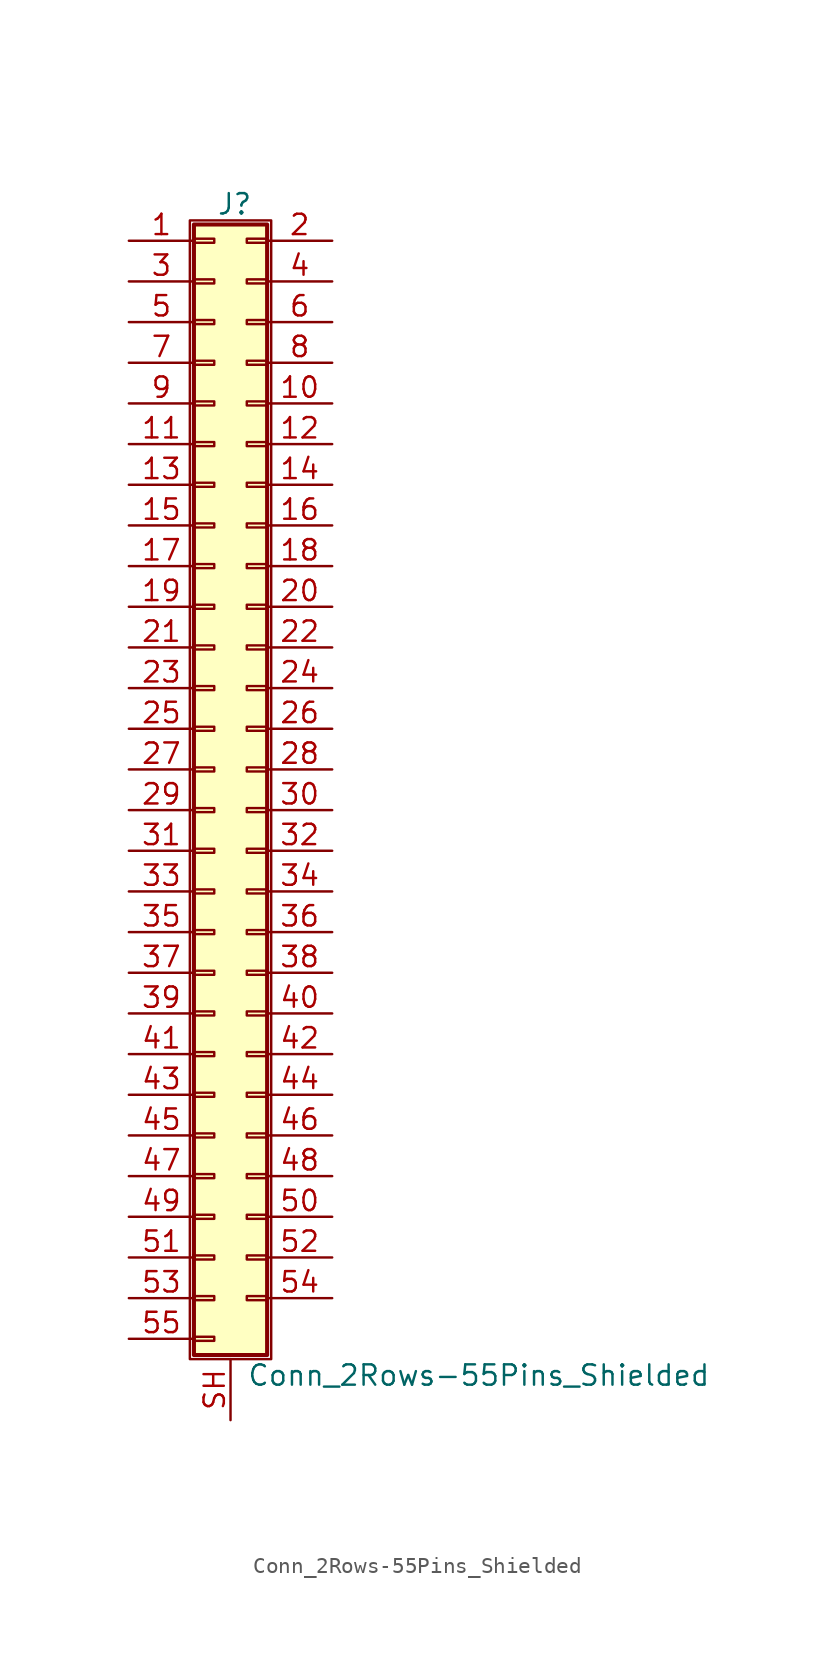
<source format=kicad_sym>
(kicad_symbol_lib
  (version 20200908)
  (generator kicad_symbol_editor)
  (symbol "Connector_Generic_Shielded:Conn_2Rows-55Pins_Shielded"
    (pin_names
      (offset 1.016) hide)
    (property "Reference" "J"
      (at 1.524 35.306 0)
      (effects (font (size 1.27 1.27))))
    (property "Value" "Conn_2Rows-55Pins_Shielded"
      (at 2.286 -37.846 0)
      (effects (font (size 1.27 1.27)) (justify left)))
    (symbol "Conn_2Rows-55Pins_Shielded_1_1"
      (rectangle (start -1.016 -27.813) (end 0.254 -28.067) (stroke (width 0.152)) (fill (type none)))
      (rectangle (start -1.016 -30.353) (end 0.254 -30.607) (stroke (width 0.152)) (fill (type none)))
      (rectangle (start -1.016 -32.893) (end 0.254 -33.147) (stroke (width 0.152)) (fill (type none)))
      (rectangle (start -1.016 -35.433) (end 0.254 -35.687) (stroke (width 0.152)) (fill (type none)))
      (rectangle (start -1.016 -4.953) (end 0.254 -5.207) (stroke (width 0.152)) (fill (type none)))
      (rectangle (start -1.016 -7.493) (end 0.254 -7.747) (stroke (width 0.152)) (fill (type none)))
      (rectangle (start -1.016 -10.033) (end 0.254 -10.287) (stroke (width 0.152)) (fill (type none)))
      (rectangle (start -1.016 -12.573) (end 0.254 -12.827) (stroke (width 0.152)) (fill (type none)))
      (rectangle (start -1.016 -15.113) (end 0.254 -15.367) (stroke (width 0.152)) (fill (type none)))
      (rectangle (start -1.016 -17.653) (end 0.254 -17.907) (stroke (width 0.152)) (fill (type none)))
      (rectangle (start -1.016 -20.193) (end 0.254 -20.447) (stroke (width 0.152)) (fill (type none)))
      (rectangle (start -1.016 -22.733) (end 0.254 -22.987) (stroke (width 0.152)) (fill (type none)))
      (rectangle (start -1.016 -2.413) (end 0.254 -2.667) (stroke (width 0.152)) (fill (type none)))
      (rectangle (start -1.016 -25.273) (end 0.254 -25.527) (stroke (width 0.152)) (fill (type none)))
      (rectangle (start -1.016 25.527) (end 0.254 25.273) (stroke (width 0.152)) (fill (type none)))
      (rectangle (start -1.016 2.667) (end 0.254 2.413) (stroke (width 0.152)) (fill (type none)))
      (rectangle (start -1.016 28.067) (end 0.254 27.813) (stroke (width 0.152)) (fill (type none)))
      (rectangle (start -1.016 30.607) (end 0.254 30.353) (stroke (width 0.152)) (fill (type none)))
      (rectangle (start -1.016 33.147) (end 0.254 32.893) (stroke (width 0.152)) (fill (type none)))
      (rectangle (start -1.016 34.036) (end 3.556 -36.576) (stroke (width 0.254)) (fill (type background)))
      (rectangle (start -1.016 5.207) (end 0.254 4.953) (stroke (width 0.152)) (fill (type none)))
      (rectangle (start -1.016 7.747) (end 0.254 7.493) (stroke (width 0.152)) (fill (type none)))
      (rectangle (start -1.016 10.287) (end 0.254 10.033) (stroke (width 0.152)) (fill (type none)))
      (rectangle (start -1.016 0.127) (end 0.254 -0.127) (stroke (width 0.152)) (fill (type none)))
      (rectangle (start -1.016 12.827) (end 0.254 12.573) (stroke (width 0.152)) (fill (type none)))
      (rectangle (start -1.016 15.367) (end 0.254 15.113) (stroke (width 0.152)) (fill (type none)))
      (rectangle (start -1.016 17.907) (end 0.254 17.653) (stroke (width 0.152)) (fill (type none)))
      (rectangle (start -1.016 20.447) (end 0.254 20.193) (stroke (width 0.152)) (fill (type none)))
      (rectangle (start -1.016 22.987) (end 0.254 22.733) (stroke (width 0.152)) (fill (type none)))
      (rectangle (start -1.27 34.29) (end 3.81 -36.83) (stroke (width 0.152)) (fill (type none)))
      (rectangle (start 3.556 -27.813) (end 2.286 -28.067) (stroke (width 0.152)) (fill (type none)))
      (rectangle (start 3.556 -30.353) (end 2.286 -30.607) (stroke (width 0.152)) (fill (type none)))
      (rectangle (start 3.556 -32.893) (end 2.286 -33.147) (stroke (width 0.152)) (fill (type none)))
      (rectangle (start 3.556 -4.953) (end 2.286 -5.207) (stroke (width 0.152)) (fill (type none)))
      (rectangle (start 3.556 -7.493) (end 2.286 -7.747) (stroke (width 0.152)) (fill (type none)))
      (rectangle (start 3.556 -10.033) (end 2.286 -10.287) (stroke (width 0.152)) (fill (type none)))
      (rectangle (start 3.556 -12.573) (end 2.286 -12.827) (stroke (width 0.152)) (fill (type none)))
      (rectangle (start 3.556 -15.113) (end 2.286 -15.367) (stroke (width 0.152)) (fill (type none)))
      (rectangle (start 3.556 -17.653) (end 2.286 -17.907) (stroke (width 0.152)) (fill (type none)))
      (rectangle (start 3.556 -20.193) (end 2.286 -20.447) (stroke (width 0.152)) (fill (type none)))
      (rectangle (start 3.556 -22.733) (end 2.286 -22.987) (stroke (width 0.152)) (fill (type none)))
      (rectangle (start 3.556 -2.413) (end 2.286 -2.667) (stroke (width 0.152)) (fill (type none)))
      (rectangle (start 3.556 -25.273) (end 2.286 -25.527) (stroke (width 0.152)) (fill (type none)))
      (rectangle (start 3.556 25.527) (end 2.286 25.273) (stroke (width 0.152)) (fill (type none)))
      (rectangle (start 3.556 2.667) (end 2.286 2.413) (stroke (width 0.152)) (fill (type none)))
      (rectangle (start 3.556 28.067) (end 2.286 27.813) (stroke (width 0.152)) (fill (type none)))
      (rectangle (start 3.556 30.607) (end 2.286 30.353) (stroke (width 0.152)) (fill (type none)))
      (rectangle (start 3.556 33.147) (end 2.286 32.893) (stroke (width 0.152)) (fill (type none)))
      (rectangle (start 3.556 5.207) (end 2.286 4.953) (stroke (width 0.152)) (fill (type none)))
      (rectangle (start 3.556 7.747) (end 2.286 7.493) (stroke (width 0.152)) (fill (type none)))
      (rectangle (start 3.556 10.287) (end 2.286 10.033) (stroke (width 0.152)) (fill (type none)))
      (rectangle (start 3.556 0.127) (end 2.286 -0.127) (stroke (width 0.152)) (fill (type none)))
      (rectangle (start 3.556 12.827) (end 2.286 12.573) (stroke (width 0.152)) (fill (type none)))
      (rectangle (start 3.556 15.367) (end 2.286 15.113) (stroke (width 0.152)) (fill (type none)))
      (rectangle (start 3.556 17.907) (end 2.286 17.653) (stroke (width 0.152)) (fill (type none)))
      (rectangle (start 3.556 20.447) (end 2.286 20.193) (stroke (width 0.152)) (fill (type none)))
      (rectangle (start 3.556 22.987) (end 2.286 22.733) (stroke (width 0.152)) (fill (type none)))
      (pin passive line (at -5.08 33.02 0) (length 4.064) (name "Pin_1" (effects (font (size 1.27 1.27)))) (number "1" (effects (font (size 1.27 1.27)))))
      (pin passive line (at 7.62 22.86 180) (length 4.064) (name "Pin_10" (effects (font (size 1.27 1.27)))) (number "10" (effects (font (size 1.27 1.27)))))
      (pin passive line (at -5.08 20.32 0) (length 4.064) (name "Pin_11" (effects (font (size 1.27 1.27)))) (number "11" (effects (font (size 1.27 1.27)))))
      (pin passive line (at 7.62 20.32 180) (length 4.064) (name "Pin_12" (effects (font (size 1.27 1.27)))) (number "12" (effects (font (size 1.27 1.27)))))
      (pin passive line (at -5.08 17.78 0) (length 4.064) (name "Pin_13" (effects (font (size 1.27 1.27)))) (number "13" (effects (font (size 1.27 1.27)))))
      (pin passive line (at 7.62 17.78 180) (length 4.064) (name "Pin_14" (effects (font (size 1.27 1.27)))) (number "14" (effects (font (size 1.27 1.27)))))
      (pin passive line (at -5.08 15.24 0) (length 4.064) (name "Pin_15" (effects (font (size 1.27 1.27)))) (number "15" (effects (font (size 1.27 1.27)))))
      (pin passive line (at 7.62 15.24 180) (length 4.064) (name "Pin_16" (effects (font (size 1.27 1.27)))) (number "16" (effects (font (size 1.27 1.27)))))
      (pin passive line (at -5.08 12.7 0) (length 4.064) (name "Pin_17" (effects (font (size 1.27 1.27)))) (number "17" (effects (font (size 1.27 1.27)))))
      (pin passive line (at 7.62 12.7 180) (length 4.064) (name "Pin_18" (effects (font (size 1.27 1.27)))) (number "18" (effects (font (size 1.27 1.27)))))
      (pin passive line (at -5.08 10.16 0) (length 4.064) (name "Pin_19" (effects (font (size 1.27 1.27)))) (number "19" (effects (font (size 1.27 1.27)))))
      (pin passive line (at 7.62 33.02 180) (length 4.064) (name "Pin_2" (effects (font (size 1.27 1.27)))) (number "2" (effects (font (size 1.27 1.27)))))
      (pin passive line (at 7.62 10.16 180) (length 4.064) (name "Pin_20" (effects (font (size 1.27 1.27)))) (number "20" (effects (font (size 1.27 1.27)))))
      (pin passive line (at -5.08 7.62 0) (length 4.064) (name "Pin_21" (effects (font (size 1.27 1.27)))) (number "21" (effects (font (size 1.27 1.27)))))
      (pin passive line (at 7.62 7.62 180) (length 4.064) (name "Pin_22" (effects (font (size 1.27 1.27)))) (number "22" (effects (font (size 1.27 1.27)))))
      (pin passive line (at -5.08 5.08 0) (length 4.064) (name "Pin_23" (effects (font (size 1.27 1.27)))) (number "23" (effects (font (size 1.27 1.27)))))
      (pin passive line (at 7.62 5.08 180) (length 4.064) (name "Pin_24" (effects (font (size 1.27 1.27)))) (number "24" (effects (font (size 1.27 1.27)))))
      (pin passive line (at -5.08 2.54 0) (length 4.064) (name "Pin_25" (effects (font (size 1.27 1.27)))) (number "25" (effects (font (size 1.27 1.27)))))
      (pin passive line (at 7.62 2.54 180) (length 4.064) (name "Pin_26" (effects (font (size 1.27 1.27)))) (number "26" (effects (font (size 1.27 1.27)))))
      (pin passive line (at -5.08 0 0) (length 4.064) (name "Pin_27" (effects (font (size 1.27 1.27)))) (number "27" (effects (font (size 1.27 1.27)))))
      (pin passive line (at 7.62 0 180) (length 4.064) (name "Pin_28" (effects (font (size 1.27 1.27)))) (number "28" (effects (font (size 1.27 1.27)))))
      (pin passive line (at -5.08 -2.54 0) (length 4.064) (name "Pin_29" (effects (font (size 1.27 1.27)))) (number "29" (effects (font (size 1.27 1.27)))))
      (pin passive line (at -5.08 30.48 0) (length 4.064) (name "Pin_3" (effects (font (size 1.27 1.27)))) (number "3" (effects (font (size 1.27 1.27)))))
      (pin passive line (at 7.62 -2.54 180) (length 4.064) (name "Pin_30" (effects (font (size 1.27 1.27)))) (number "30" (effects (font (size 1.27 1.27)))))
      (pin passive line (at -5.08 -5.08 0) (length 4.064) (name "Pin_31" (effects (font (size 1.27 1.27)))) (number "31" (effects (font (size 1.27 1.27)))))
      (pin passive line (at 7.62 -5.08 180) (length 4.064) (name "Pin_32" (effects (font (size 1.27 1.27)))) (number "32" (effects (font (size 1.27 1.27)))))
      (pin passive line (at -5.08 -7.62 0) (length 4.064) (name "Pin_33" (effects (font (size 1.27 1.27)))) (number "33" (effects (font (size 1.27 1.27)))))
      (pin passive line (at 7.62 -7.62 180) (length 4.064) (name "Pin_34" (effects (font (size 1.27 1.27)))) (number "34" (effects (font (size 1.27 1.27)))))
      (pin passive line (at -5.08 -10.16 0) (length 4.064) (name "Pin_35" (effects (font (size 1.27 1.27)))) (number "35" (effects (font (size 1.27 1.27)))))
      (pin passive line (at 7.62 -10.16 180) (length 4.064) (name "Pin_36" (effects (font (size 1.27 1.27)))) (number "36" (effects (font (size 1.27 1.27)))))
      (pin passive line (at -5.08 -12.7 0) (length 4.064) (name "Pin_37" (effects (font (size 1.27 1.27)))) (number "37" (effects (font (size 1.27 1.27)))))
      (pin passive line (at 7.62 -12.7 180) (length 4.064) (name "Pin_38" (effects (font (size 1.27 1.27)))) (number "38" (effects (font (size 1.27 1.27)))))
      (pin passive line (at -5.08 -15.24 0) (length 4.064) (name "Pin_39" (effects (font (size 1.27 1.27)))) (number "39" (effects (font (size 1.27 1.27)))))
      (pin passive line (at 7.62 30.48 180) (length 4.064) (name "Pin_4" (effects (font (size 1.27 1.27)))) (number "4" (effects (font (size 1.27 1.27)))))
      (pin passive line (at 7.62 -15.24 180) (length 4.064) (name "Pin_40" (effects (font (size 1.27 1.27)))) (number "40" (effects (font (size 1.27 1.27)))))
      (pin passive line (at -5.08 -17.78 0) (length 4.064) (name "Pin_41" (effects (font (size 1.27 1.27)))) (number "41" (effects (font (size 1.27 1.27)))))
      (pin passive line (at 7.62 -17.78 180) (length 4.064) (name "Pin_42" (effects (font (size 1.27 1.27)))) (number "42" (effects (font (size 1.27 1.27)))))
      (pin passive line (at -5.08 -20.32 0) (length 4.064) (name "Pin_43" (effects (font (size 1.27 1.27)))) (number "43" (effects (font (size 1.27 1.27)))))
      (pin passive line (at 7.62 -20.32 180) (length 4.064) (name "Pin_44" (effects (font (size 1.27 1.27)))) (number "44" (effects (font (size 1.27 1.27)))))
      (pin passive line (at -5.08 -22.86 0) (length 4.064) (name "Pin_45" (effects (font (size 1.27 1.27)))) (number "45" (effects (font (size 1.27 1.27)))))
      (pin passive line (at 7.62 -22.86 180) (length 4.064) (name "Pin_46" (effects (font (size 1.27 1.27)))) (number "46" (effects (font (size 1.27 1.27)))))
      (pin passive line (at -5.08 -25.4 0) (length 4.064) (name "Pin_47" (effects (font (size 1.27 1.27)))) (number "47" (effects (font (size 1.27 1.27)))))
      (pin passive line (at 7.62 -25.4 180) (length 4.064) (name "Pin_48" (effects (font (size 1.27 1.27)))) (number "48" (effects (font (size 1.27 1.27)))))
      (pin passive line (at -5.08 -27.94 0) (length 4.064) (name "Pin_49" (effects (font (size 1.27 1.27)))) (number "49" (effects (font (size 1.27 1.27)))))
      (pin passive line (at -5.08 27.94 0) (length 4.064) (name "Pin_5" (effects (font (size 1.27 1.27)))) (number "5" (effects (font (size 1.27 1.27)))))
      (pin passive line (at 7.62 -27.94 180) (length 4.064) (name "Pin_50" (effects (font (size 1.27 1.27)))) (number "50" (effects (font (size 1.27 1.27)))))
      (pin passive line (at -5.08 -30.48 0) (length 4.064) (name "Pin_51" (effects (font (size 1.27 1.27)))) (number "51" (effects (font (size 1.27 1.27)))))
      (pin passive line (at 7.62 -30.48 180) (length 4.064) (name "Pin_52" (effects (font (size 1.27 1.27)))) (number "52" (effects (font (size 1.27 1.27)))))
      (pin passive line (at -5.08 -33.02 0) (length 4.064) (name "Pin_53" (effects (font (size 1.27 1.27)))) (number "53" (effects (font (size 1.27 1.27)))))
      (pin passive line (at 7.62 -33.02 180) (length 4.064) (name "Pin_54" (effects (font (size 1.27 1.27)))) (number "54" (effects (font (size 1.27 1.27)))))
      (pin passive line (at -5.08 -35.56 0) (length 4.064) (name "Pin_55" (effects (font (size 1.27 1.27)))) (number "55" (effects (font (size 1.27 1.27)))))
      (pin passive line (at 7.62 27.94 180) (length 4.064) (name "Pin_6" (effects (font (size 1.27 1.27)))) (number "6" (effects (font (size 1.27 1.27)))))
      (pin passive line (at -5.08 25.4 0) (length 4.064) (name "Pin_7" (effects (font (size 1.27 1.27)))) (number "7" (effects (font (size 1.27 1.27)))))
      (pin passive line (at 7.62 25.4 180) (length 4.064) (name "Pin_8" (effects (font (size 1.27 1.27)))) (number "8" (effects (font (size 1.27 1.27)))))
      (pin passive line (at -5.08 22.86 0) (length 4.064) (name "Pin_9" (effects (font (size 1.27 1.27)))) (number "9" (effects (font (size 1.27 1.27)))))
      (pin passive line (at 1.27 -40.64 90) (length 3.81) (name "Shield" (effects (font (size 1.27 1.27)))) (number "SH" (effects (font (size 1.27 1.27))))))))
</source>
